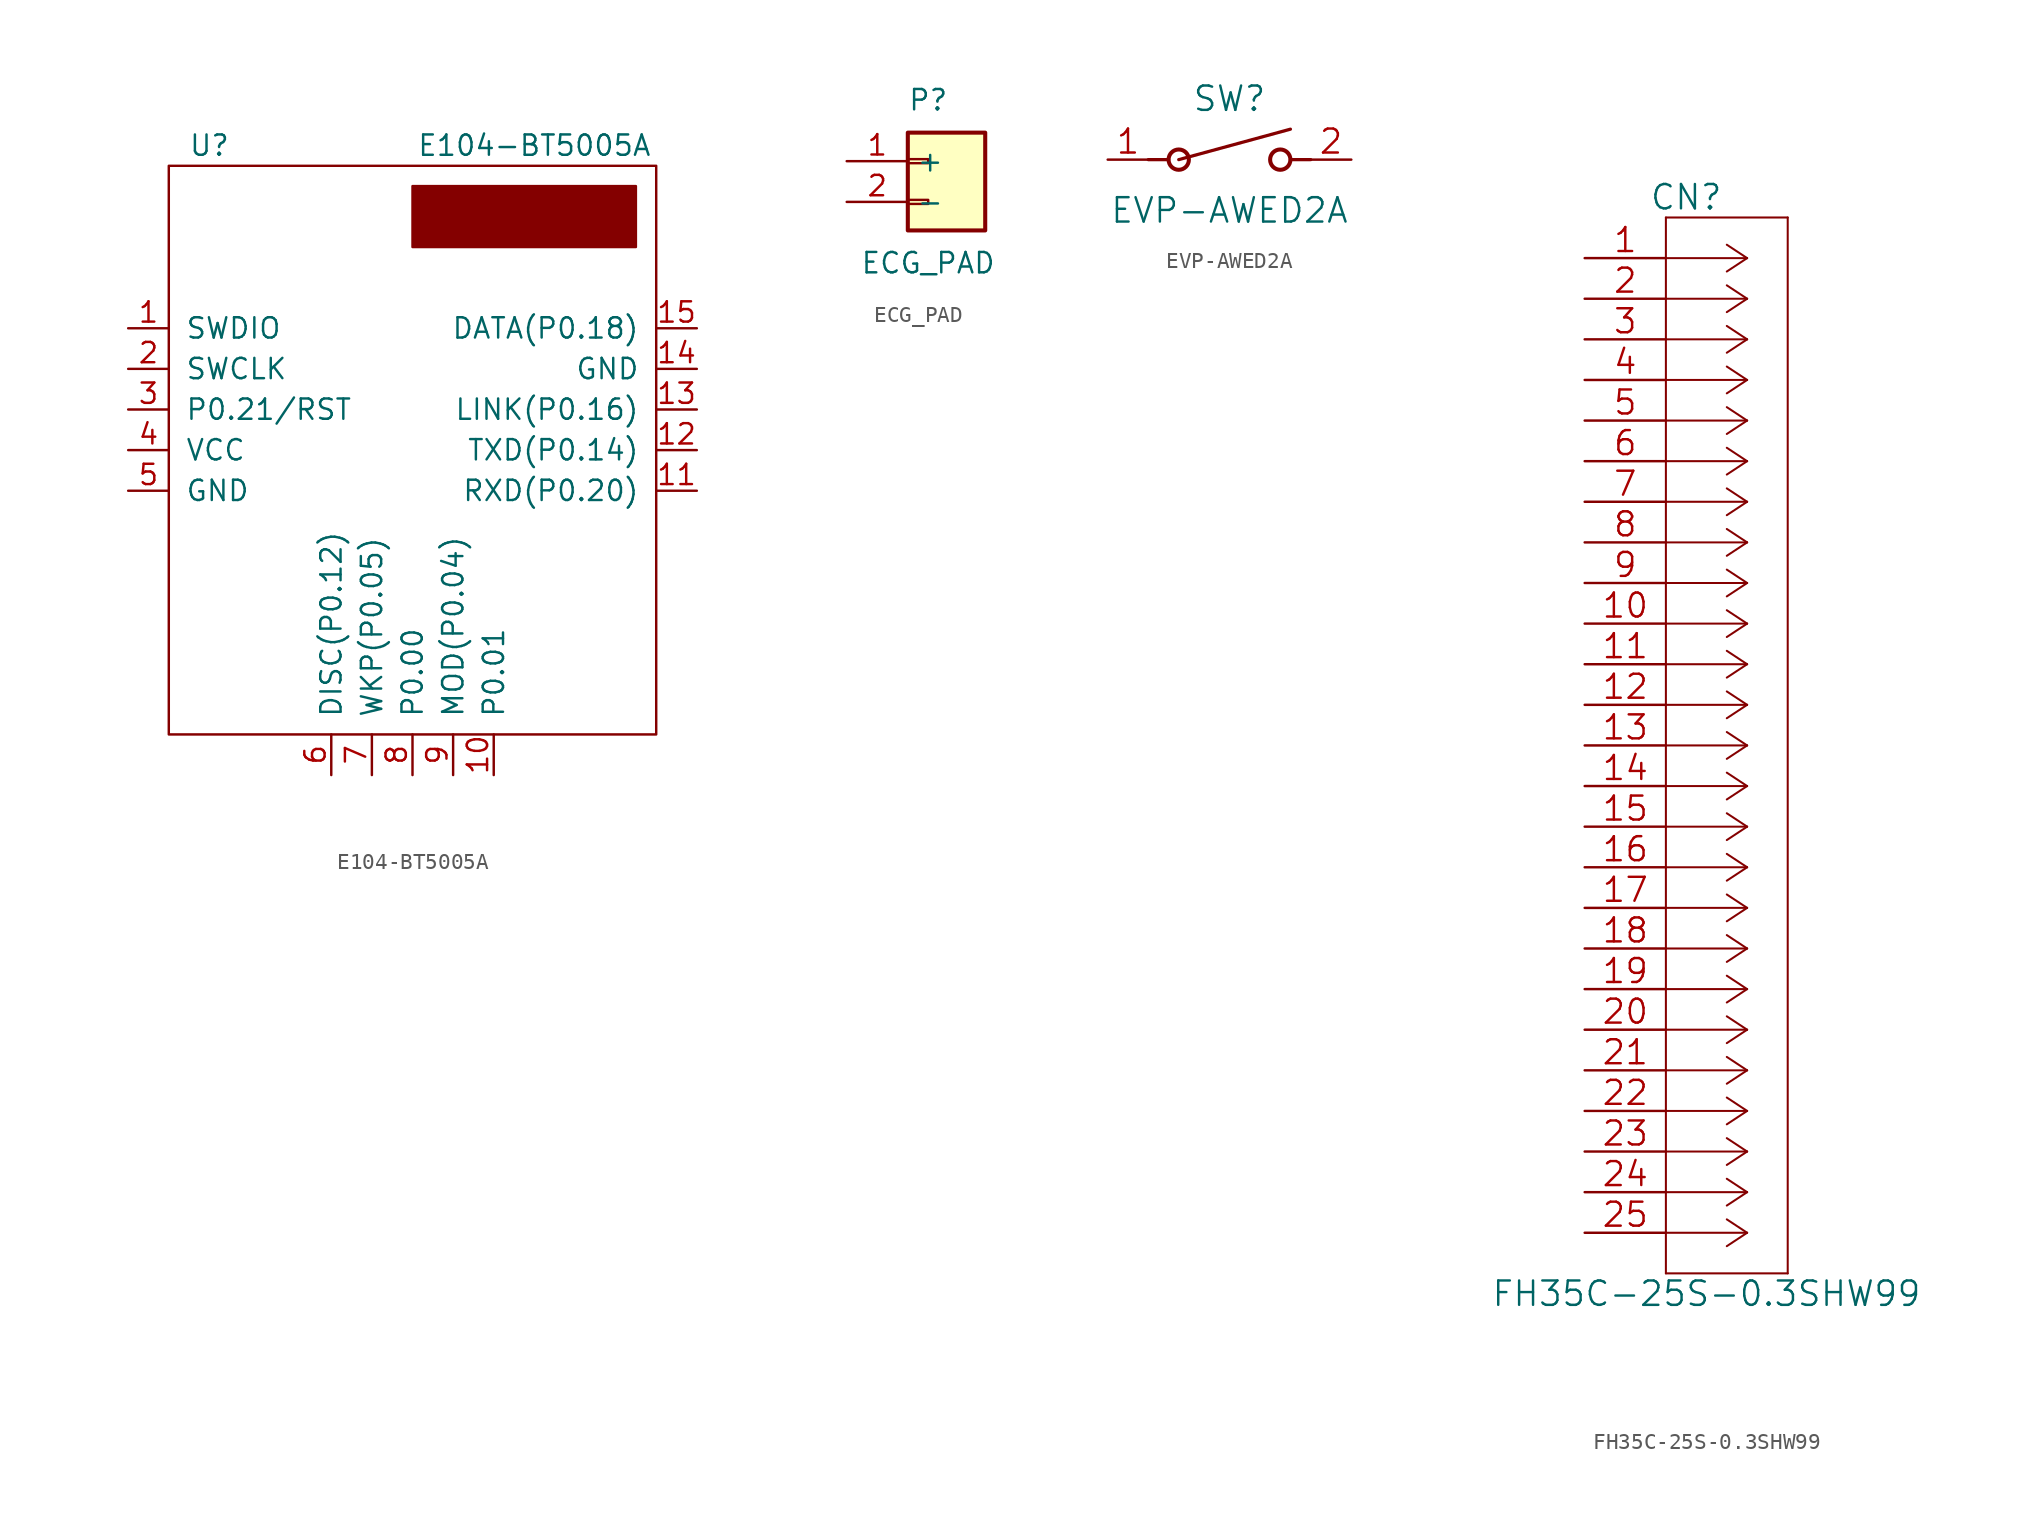
<source format=kicad_sym>
(kicad_symbol_lib
  (version 20211014)
  (generator kicad_symbol_editor)
  (symbol "E104-BT5005A"
    (pin_names
      (offset 1.016))
    (property "Reference" "U"
      (at 2.54 36.83 0)
      (effects (font (size 1.27 1.27))))
    (property "Value" "E104-BT5005A"
      (at 22.86 36.83 0)
      (effects (font (size 1.27 1.27))))
    (symbol "E104-BT5005A_0_1"
      (rectangle (start 0 0) (end 30.48 35.56) (stroke (width 0) (type default) (color 0 0 0 0)) (fill (type none)))
      (rectangle (start 29.21 34.29) (end 15.24 30.48) (stroke (width 0) (type default) (color 0 0 0 0)) (fill (type outline))))
    (symbol "E104-BT5005A_1_1"
      (pin input line (at -2.54 25.4 0) (length 2.54) (name "SWDIO" (effects (font (size 1.27 1.27)))) (number "1" (effects (font (size 1.27 1.27)))))
      (pin input line (at 20.32 -2.54 90) (length 2.54) (name "P0.01" (effects (font (size 1.27 1.27)))) (number "10" (effects (font (size 1.27 1.27)))))
      (pin input line (at 33.02 15.24 180) (length 2.54) (name "RXD(P0.20)" (effects (font (size 1.27 1.27)))) (number "11" (effects (font (size 1.27 1.27)))))
      (pin input line (at 33.02 17.78 180) (length 2.54) (name "TXD(P0.14)" (effects (font (size 1.27 1.27)))) (number "12" (effects (font (size 1.27 1.27)))))
      (pin input line (at 33.02 20.32 180) (length 2.54) (name "LINK(P0.16)" (effects (font (size 1.27 1.27)))) (number "13" (effects (font (size 1.27 1.27)))))
      (pin input line (at 33.02 22.86 180) (length 2.54) (name "GND" (effects (font (size 1.27 1.27)))) (number "14" (effects (font (size 1.27 1.27)))))
      (pin input line (at 33.02 25.4 180) (length 2.54) (name "DATA(P0.18)" (effects (font (size 1.27 1.27)))) (number "15" (effects (font (size 1.27 1.27)))))
      (pin input line (at -2.54 22.86 0) (length 2.54) (name "SWCLK" (effects (font (size 1.27 1.27)))) (number "2" (effects (font (size 1.27 1.27)))))
      (pin input line (at -2.54 20.32 0) (length 2.54) (name "P0.21/RST" (effects (font (size 1.27 1.27)))) (number "3" (effects (font (size 1.27 1.27)))))
      (pin input line (at -2.54 17.78 0) (length 2.54) (name "VCC" (effects (font (size 1.27 1.27)))) (number "4" (effects (font (size 1.27 1.27)))))
      (pin input line (at -2.54 15.24 0) (length 2.54) (name "GND" (effects (font (size 1.27 1.27)))) (number "5" (effects (font (size 1.27 1.27)))))
      (pin input line (at 10.16 -2.54 90) (length 2.54) (name "DISC(P0.12)" (effects (font (size 1.27 1.27)))) (number "6" (effects (font (size 1.27 1.27)))))
      (pin input line (at 12.7 -2.54 90) (length 2.54) (name "WKP(P0.05)" (effects (font (size 1.27 1.27)))) (number "7" (effects (font (size 1.27 1.27)))))
      (pin bidirectional line (at 15.24 -2.54 90) (length 2.54) (name "P0.00" (effects (font (size 1.27 1.27)))) (number "8" (effects (font (size 1.27 1.27)))))
      (pin input line (at 17.78 -2.54 90) (length 2.54) (name "MOD(P0.04)" (effects (font (size 1.27 1.27)))) (number "9" (effects (font (size 1.27 1.27)))))))
  (symbol "ECG_PAD"
    (property "Reference" "P"
      (at 0 11.43 0)
      (effects (font (size 1.27 1.27))))
    (property "Value" "ECG_PAD"
      (at 0 1.27 0)
      (effects (font (size 1.27 1.27))))
    (symbol "ECG_PAD_1_1"
      (rectangle (start -1.27 5.207) (end 0 4.953) (stroke (width 0.152) (type default) (color 0 0 0 0)) (fill (type none)))
      (rectangle (start -1.27 7.747) (end 0 7.493) (stroke (width 0.152) (type default) (color 0 0 0 0)) (fill (type none)))
      (rectangle (start -1.27 9.398) (end 3.556 3.302) (stroke (width 0.254) (type default) (color 0 0 0 0)) (fill (type background)))
      (pin power_in line (at -5.08 7.62 0) (length 3.81) (name "+" (effects (font (size 1.27 1.27)))) (number "1" (effects (font (size 1.27 1.27)))))
      (pin power_out line (at -5.08 5.08 0) (length 3.81) (name "-" (effects (font (size 1.27 1.27)))) (number "2" (effects (font (size 1.27 1.27)))))))
  (symbol "EVP-AWED2A"
    (pin_names
      (offset -1.905) hide)
    (property "Reference" "SW"
      (at 0 3.81 0)
      (effects (font (size 1.524 1.524))))
    (property "Value" "EVP-AWED2A"
      (at 0 -3.175 0)
      (effects (font (size 1.524 1.524))))
    (property "Datasheet" ""
      (at 0 0 0)
      (effects (font (size 1.524 1.524))))
    (symbol "EVP-AWED2A_1_1"
      (circle (center -3.175 0) (radius 0.635) (stroke (width 0.254) (type default) (color 0 0 0 0)) (fill (type none)))
      (polyline (pts (xy -5.08 0) (xy -3.81 0)) (stroke (width 0.203) (type default) (color 0 0 0 0)) (fill (type none)))
      (polyline (pts (xy -3.175 0) (xy 3.81 1.905)) (stroke (width 0.203) (type default) (color 0 0 0 0)) (fill (type none)))
      (polyline (pts (xy 5.08 0) (xy 3.81 0)) (stroke (width 0.203) (type default) (color 0 0 0 0)) (fill (type none)))
      (circle (center 3.175 0) (radius 0.635) (stroke (width 0.254) (type default) (color 0 0 0 0)) (fill (type none)))
      (pin unspecified line (at -7.62 0 0) (length 2.54) (name "1" (effects (font (size 1.499 1.499)))) (number "1" (effects (font (size 1.499 1.499)))))
      (pin unspecified line (at 7.62 0 180) (length 2.54) (name "2" (effects (font (size 1.499 1.499)))) (number "2" (effects (font (size 1.499 1.499)))))))
  (symbol "FH35C-25S-0.3SHW99"
    (pin_names
      (offset 0.254) hide)
    (property "Reference" "CN"
      (at 6.35 3.81 0)
      (effects (font (size 1.524 1.524))))
    (property "Value" "FH35C-25S-0.3SHW99"
      (at 7.62 -64.77 0)
      (effects (font (size 1.524 1.524))))
    (property "Datasheet" ""
      (at 0 0 0)
      (effects (font (size 1.524 1.524))))
    (symbol "FH35C-25S-0.3SHW99_1_1"
      (polyline (pts (xy 5.08 -63.5) (xy 12.7 -63.5)) (stroke (width 0.127) (type default) (color 0 0 0 0)) (fill (type none)))
      (polyline (pts (xy 5.08 2.54) (xy 5.08 -63.5)) (stroke (width 0.127) (type default) (color 0 0 0 0)) (fill (type none)))
      (polyline (pts (xy 10.16 -60.96) (xy 5.08 -60.96)) (stroke (width 0.127) (type default) (color 0 0 0 0)) (fill (type none)))
      (polyline (pts (xy 10.16 -60.96) (xy 8.89 -61.798)) (stroke (width 0.127) (type default) (color 0 0 0 0)) (fill (type none)))
      (polyline (pts (xy 10.16 -60.96) (xy 8.89 -60.122)) (stroke (width 0.127) (type default) (color 0 0 0 0)) (fill (type none)))
      (polyline (pts (xy 10.16 -58.42) (xy 5.08 -58.42)) (stroke (width 0.127) (type default) (color 0 0 0 0)) (fill (type none)))
      (polyline (pts (xy 10.16 -58.42) (xy 8.89 -59.258)) (stroke (width 0.127) (type default) (color 0 0 0 0)) (fill (type none)))
      (polyline (pts (xy 10.16 -58.42) (xy 8.89 -57.582)) (stroke (width 0.127) (type default) (color 0 0 0 0)) (fill (type none)))
      (polyline (pts (xy 10.16 -55.88) (xy 5.08 -55.88)) (stroke (width 0.127) (type default) (color 0 0 0 0)) (fill (type none)))
      (polyline (pts (xy 10.16 -55.88) (xy 8.89 -56.718)) (stroke (width 0.127) (type default) (color 0 0 0 0)) (fill (type none)))
      (polyline (pts (xy 10.16 -55.88) (xy 8.89 -55.042)) (stroke (width 0.127) (type default) (color 0 0 0 0)) (fill (type none)))
      (polyline (pts (xy 10.16 -53.34) (xy 5.08 -53.34)) (stroke (width 0.127) (type default) (color 0 0 0 0)) (fill (type none)))
      (polyline (pts (xy 10.16 -53.34) (xy 8.89 -54.178)) (stroke (width 0.127) (type default) (color 0 0 0 0)) (fill (type none)))
      (polyline (pts (xy 10.16 -53.34) (xy 8.89 -52.502)) (stroke (width 0.127) (type default) (color 0 0 0 0)) (fill (type none)))
      (polyline (pts (xy 10.16 -50.8) (xy 5.08 -50.8)) (stroke (width 0.127) (type default) (color 0 0 0 0)) (fill (type none)))
      (polyline (pts (xy 10.16 -50.8) (xy 8.89 -51.638)) (stroke (width 0.127) (type default) (color 0 0 0 0)) (fill (type none)))
      (polyline (pts (xy 10.16 -50.8) (xy 8.89 -49.962)) (stroke (width 0.127) (type default) (color 0 0 0 0)) (fill (type none)))
      (polyline (pts (xy 10.16 -48.26) (xy 5.08 -48.26)) (stroke (width 0.127) (type default) (color 0 0 0 0)) (fill (type none)))
      (polyline (pts (xy 10.16 -48.26) (xy 8.89 -49.098)) (stroke (width 0.127) (type default) (color 0 0 0 0)) (fill (type none)))
      (polyline (pts (xy 10.16 -48.26) (xy 8.89 -47.422)) (stroke (width 0.127) (type default) (color 0 0 0 0)) (fill (type none)))
      (polyline (pts (xy 10.16 -45.72) (xy 5.08 -45.72)) (stroke (width 0.127) (type default) (color 0 0 0 0)) (fill (type none)))
      (polyline (pts (xy 10.16 -45.72) (xy 8.89 -46.558)) (stroke (width 0.127) (type default) (color 0 0 0 0)) (fill (type none)))
      (polyline (pts (xy 10.16 -45.72) (xy 8.89 -44.882)) (stroke (width 0.127) (type default) (color 0 0 0 0)) (fill (type none)))
      (polyline (pts (xy 10.16 -43.18) (xy 5.08 -43.18)) (stroke (width 0.127) (type default) (color 0 0 0 0)) (fill (type none)))
      (polyline (pts (xy 10.16 -43.18) (xy 8.89 -44.018)) (stroke (width 0.127) (type default) (color 0 0 0 0)) (fill (type none)))
      (polyline (pts (xy 10.16 -43.18) (xy 8.89 -42.342)) (stroke (width 0.127) (type default) (color 0 0 0 0)) (fill (type none)))
      (polyline (pts (xy 10.16 -40.64) (xy 5.08 -40.64)) (stroke (width 0.127) (type default) (color 0 0 0 0)) (fill (type none)))
      (polyline (pts (xy 10.16 -40.64) (xy 8.89 -41.478)) (stroke (width 0.127) (type default) (color 0 0 0 0)) (fill (type none)))
      (polyline (pts (xy 10.16 -40.64) (xy 8.89 -39.802)) (stroke (width 0.127) (type default) (color 0 0 0 0)) (fill (type none)))
      (polyline (pts (xy 10.16 -38.1) (xy 5.08 -38.1)) (stroke (width 0.127) (type default) (color 0 0 0 0)) (fill (type none)))
      (polyline (pts (xy 10.16 -38.1) (xy 8.89 -38.938)) (stroke (width 0.127) (type default) (color 0 0 0 0)) (fill (type none)))
      (polyline (pts (xy 10.16 -38.1) (xy 8.89 -37.262)) (stroke (width 0.127) (type default) (color 0 0 0 0)) (fill (type none)))
      (polyline (pts (xy 10.16 -35.56) (xy 5.08 -35.56)) (stroke (width 0.127) (type default) (color 0 0 0 0)) (fill (type none)))
      (polyline (pts (xy 10.16 -35.56) (xy 8.89 -36.398)) (stroke (width 0.127) (type default) (color 0 0 0 0)) (fill (type none)))
      (polyline (pts (xy 10.16 -35.56) (xy 8.89 -34.722)) (stroke (width 0.127) (type default) (color 0 0 0 0)) (fill (type none)))
      (polyline (pts (xy 10.16 -33.02) (xy 5.08 -33.02)) (stroke (width 0.127) (type default) (color 0 0 0 0)) (fill (type none)))
      (polyline (pts (xy 10.16 -33.02) (xy 8.89 -33.858)) (stroke (width 0.127) (type default) (color 0 0 0 0)) (fill (type none)))
      (polyline (pts (xy 10.16 -33.02) (xy 8.89 -32.182)) (stroke (width 0.127) (type default) (color 0 0 0 0)) (fill (type none)))
      (polyline (pts (xy 10.16 -30.48) (xy 5.08 -30.48)) (stroke (width 0.127) (type default) (color 0 0 0 0)) (fill (type none)))
      (polyline (pts (xy 10.16 -30.48) (xy 8.89 -31.318)) (stroke (width 0.127) (type default) (color 0 0 0 0)) (fill (type none)))
      (polyline (pts (xy 10.16 -30.48) (xy 8.89 -29.642)) (stroke (width 0.127) (type default) (color 0 0 0 0)) (fill (type none)))
      (polyline (pts (xy 10.16 -27.94) (xy 5.08 -27.94)) (stroke (width 0.127) (type default) (color 0 0 0 0)) (fill (type none)))
      (polyline (pts (xy 10.16 -27.94) (xy 8.89 -28.778)) (stroke (width 0.127) (type default) (color 0 0 0 0)) (fill (type none)))
      (polyline (pts (xy 10.16 -27.94) (xy 8.89 -27.102)) (stroke (width 0.127) (type default) (color 0 0 0 0)) (fill (type none)))
      (polyline (pts (xy 10.16 -25.4) (xy 5.08 -25.4)) (stroke (width 0.127) (type default) (color 0 0 0 0)) (fill (type none)))
      (polyline (pts (xy 10.16 -25.4) (xy 8.89 -26.238)) (stroke (width 0.127) (type default) (color 0 0 0 0)) (fill (type none)))
      (polyline (pts (xy 10.16 -25.4) (xy 8.89 -24.562)) (stroke (width 0.127) (type default) (color 0 0 0 0)) (fill (type none)))
      (polyline (pts (xy 10.16 -22.86) (xy 5.08 -22.86)) (stroke (width 0.127) (type default) (color 0 0 0 0)) (fill (type none)))
      (polyline (pts (xy 10.16 -22.86) (xy 8.89 -23.698)) (stroke (width 0.127) (type default) (color 0 0 0 0)) (fill (type none)))
      (polyline (pts (xy 10.16 -22.86) (xy 8.89 -22.022)) (stroke (width 0.127) (type default) (color 0 0 0 0)) (fill (type none)))
      (polyline (pts (xy 10.16 -20.32) (xy 5.08 -20.32)) (stroke (width 0.127) (type default) (color 0 0 0 0)) (fill (type none)))
      (polyline (pts (xy 10.16 -20.32) (xy 8.89 -21.158)) (stroke (width 0.127) (type default) (color 0 0 0 0)) (fill (type none)))
      (polyline (pts (xy 10.16 -20.32) (xy 8.89 -19.482)) (stroke (width 0.127) (type default) (color 0 0 0 0)) (fill (type none)))
      (polyline (pts (xy 10.16 -17.78) (xy 5.08 -17.78)) (stroke (width 0.127) (type default) (color 0 0 0 0)) (fill (type none)))
      (polyline (pts (xy 10.16 -17.78) (xy 8.89 -18.618)) (stroke (width 0.127) (type default) (color 0 0 0 0)) (fill (type none)))
      (polyline (pts (xy 10.16 -17.78) (xy 8.89 -16.942)) (stroke (width 0.127) (type default) (color 0 0 0 0)) (fill (type none)))
      (polyline (pts (xy 10.16 -15.24) (xy 5.08 -15.24)) (stroke (width 0.127) (type default) (color 0 0 0 0)) (fill (type none)))
      (polyline (pts (xy 10.16 -15.24) (xy 8.89 -16.078)) (stroke (width 0.127) (type default) (color 0 0 0 0)) (fill (type none)))
      (polyline (pts (xy 10.16 -15.24) (xy 8.89 -14.402)) (stroke (width 0.127) (type default) (color 0 0 0 0)) (fill (type none)))
      (polyline (pts (xy 10.16 -12.7) (xy 5.08 -12.7)) (stroke (width 0.127) (type default) (color 0 0 0 0)) (fill (type none)))
      (polyline (pts (xy 10.16 -12.7) (xy 8.89 -13.538)) (stroke (width 0.127) (type default) (color 0 0 0 0)) (fill (type none)))
      (polyline (pts (xy 10.16 -12.7) (xy 8.89 -11.862)) (stroke (width 0.127) (type default) (color 0 0 0 0)) (fill (type none)))
      (polyline (pts (xy 10.16 -10.16) (xy 5.08 -10.16)) (stroke (width 0.127) (type default) (color 0 0 0 0)) (fill (type none)))
      (polyline (pts (xy 10.16 -10.16) (xy 8.89 -10.998)) (stroke (width 0.127) (type default) (color 0 0 0 0)) (fill (type none)))
      (polyline (pts (xy 10.16 -10.16) (xy 8.89 -9.322)) (stroke (width 0.127) (type default) (color 0 0 0 0)) (fill (type none)))
      (polyline (pts (xy 10.16 -7.62) (xy 5.08 -7.62)) (stroke (width 0.127) (type default) (color 0 0 0 0)) (fill (type none)))
      (polyline (pts (xy 10.16 -7.62) (xy 8.89 -8.458)) (stroke (width 0.127) (type default) (color 0 0 0 0)) (fill (type none)))
      (polyline (pts (xy 10.16 -7.62) (xy 8.89 -6.782)) (stroke (width 0.127) (type default) (color 0 0 0 0)) (fill (type none)))
      (polyline (pts (xy 10.16 -5.08) (xy 5.08 -5.08)) (stroke (width 0.127) (type default) (color 0 0 0 0)) (fill (type none)))
      (polyline (pts (xy 10.16 -5.08) (xy 8.89 -5.918)) (stroke (width 0.127) (type default) (color 0 0 0 0)) (fill (type none)))
      (polyline (pts (xy 10.16 -5.08) (xy 8.89 -4.242)) (stroke (width 0.127) (type default) (color 0 0 0 0)) (fill (type none)))
      (polyline (pts (xy 10.16 -2.54) (xy 5.08 -2.54)) (stroke (width 0.127) (type default) (color 0 0 0 0)) (fill (type none)))
      (polyline (pts (xy 10.16 -2.54) (xy 8.89 -3.378)) (stroke (width 0.127) (type default) (color 0 0 0 0)) (fill (type none)))
      (polyline (pts (xy 10.16 -2.54) (xy 8.89 -1.702)) (stroke (width 0.127) (type default) (color 0 0 0 0)) (fill (type none)))
      (polyline (pts (xy 10.16 0) (xy 5.08 0)) (stroke (width 0.127) (type default) (color 0 0 0 0)) (fill (type none)))
      (polyline (pts (xy 10.16 0) (xy 8.89 -0.838)) (stroke (width 0.127) (type default) (color 0 0 0 0)) (fill (type none)))
      (polyline (pts (xy 10.16 0) (xy 8.89 0.838)) (stroke (width 0.127) (type default) (color 0 0 0 0)) (fill (type none)))
      (polyline (pts (xy 12.7 -63.5) (xy 12.7 2.54)) (stroke (width 0.127) (type default) (color 0 0 0 0)) (fill (type none)))
      (polyline (pts (xy 12.7 2.54) (xy 5.08 2.54)) (stroke (width 0.127) (type default) (color 0 0 0 0)) (fill (type none)))
      (pin bidirectional line (at 0 0 0) (length 5.08) (name "1" (effects (font (size 1.499 1.499)))) (number "1" (effects (font (size 1.499 1.499)))))
      (pin bidirectional line (at 0 -22.86 0) (length 5.08) (name "10" (effects (font (size 1.499 1.499)))) (number "10" (effects (font (size 1.499 1.499)))))
      (pin bidirectional line (at 0 -25.4 0) (length 5.08) (name "11" (effects (font (size 1.499 1.499)))) (number "11" (effects (font (size 1.499 1.499)))))
      (pin bidirectional line (at 0 -27.94 0) (length 5.08) (name "12" (effects (font (size 1.499 1.499)))) (number "12" (effects (font (size 1.499 1.499)))))
      (pin bidirectional line (at 0 -30.48 0) (length 5.08) (name "13" (effects (font (size 1.499 1.499)))) (number "13" (effects (font (size 1.499 1.499)))))
      (pin bidirectional line (at 0 -33.02 0) (length 5.08) (name "14" (effects (font (size 1.499 1.499)))) (number "14" (effects (font (size 1.499 1.499)))))
      (pin bidirectional line (at 0 -35.56 0) (length 5.08) (name "15" (effects (font (size 1.499 1.499)))) (number "15" (effects (font (size 1.499 1.499)))))
      (pin bidirectional line (at 0 -38.1 0) (length 5.08) (name "16" (effects (font (size 1.499 1.499)))) (number "16" (effects (font (size 1.499 1.499)))))
      (pin bidirectional line (at 0 -40.64 0) (length 5.08) (name "17" (effects (font (size 1.499 1.499)))) (number "17" (effects (font (size 1.499 1.499)))))
      (pin bidirectional line (at 0 -43.18 0) (length 5.08) (name "18" (effects (font (size 1.499 1.499)))) (number "18" (effects (font (size 1.499 1.499)))))
      (pin bidirectional line (at 0 -45.72 0) (length 5.08) (name "19" (effects (font (size 1.499 1.499)))) (number "19" (effects (font (size 1.499 1.499)))))
      (pin bidirectional line (at 0 -2.54 0) (length 5.08) (name "2" (effects (font (size 1.499 1.499)))) (number "2" (effects (font (size 1.499 1.499)))))
      (pin bidirectional line (at 0 -48.26 0) (length 5.08) (name "20" (effects (font (size 1.499 1.499)))) (number "20" (effects (font (size 1.499 1.499)))))
      (pin bidirectional line (at 0 -50.8 0) (length 5.08) (name "21" (effects (font (size 1.499 1.499)))) (number "21" (effects (font (size 1.499 1.499)))))
      (pin bidirectional line (at 0 -53.34 0) (length 5.08) (name "22" (effects (font (size 1.499 1.499)))) (number "22" (effects (font (size 1.499 1.499)))))
      (pin bidirectional line (at 0 -55.88 0) (length 5.08) (name "23" (effects (font (size 1.499 1.499)))) (number "23" (effects (font (size 1.499 1.499)))))
      (pin bidirectional line (at 0 -58.42 0) (length 5.08) (name "24" (effects (font (size 1.499 1.499)))) (number "24" (effects (font (size 1.499 1.499)))))
      (pin bidirectional line (at 0 -60.96 0) (length 5.08) (name "25" (effects (font (size 1.499 1.499)))) (number "25" (effects (font (size 1.499 1.499)))))
      (pin bidirectional line (at 0 -5.08 0) (length 5.08) (name "3" (effects (font (size 1.499 1.499)))) (number "3" (effects (font (size 1.499 1.499)))))
      (pin bidirectional line (at 0 -7.62 0) (length 5.08) (name "4" (effects (font (size 1.499 1.499)))) (number "4" (effects (font (size 1.499 1.499)))))
      (pin bidirectional line (at 0 -10.16 0) (length 5.08) (name "5" (effects (font (size 1.499 1.499)))) (number "5" (effects (font (size 1.499 1.499)))))
      (pin bidirectional line (at 0 -12.7 0) (length 5.08) (name "6" (effects (font (size 1.499 1.499)))) (number "6" (effects (font (size 1.499 1.499)))))
      (pin bidirectional line (at 0 -15.24 0) (length 5.08) (name "7" (effects (font (size 1.499 1.499)))) (number "7" (effects (font (size 1.499 1.499)))))
      (pin bidirectional line (at 0 -17.78 0) (length 5.08) (name "8" (effects (font (size 1.499 1.499)))) (number "8" (effects (font (size 1.499 1.499)))))
      (pin bidirectional line (at 0 -20.32 0) (length 5.08) (name "9" (effects (font (size 1.499 1.499)))) (number "9" (effects (font (size 1.499 1.499))))))))
</source>
